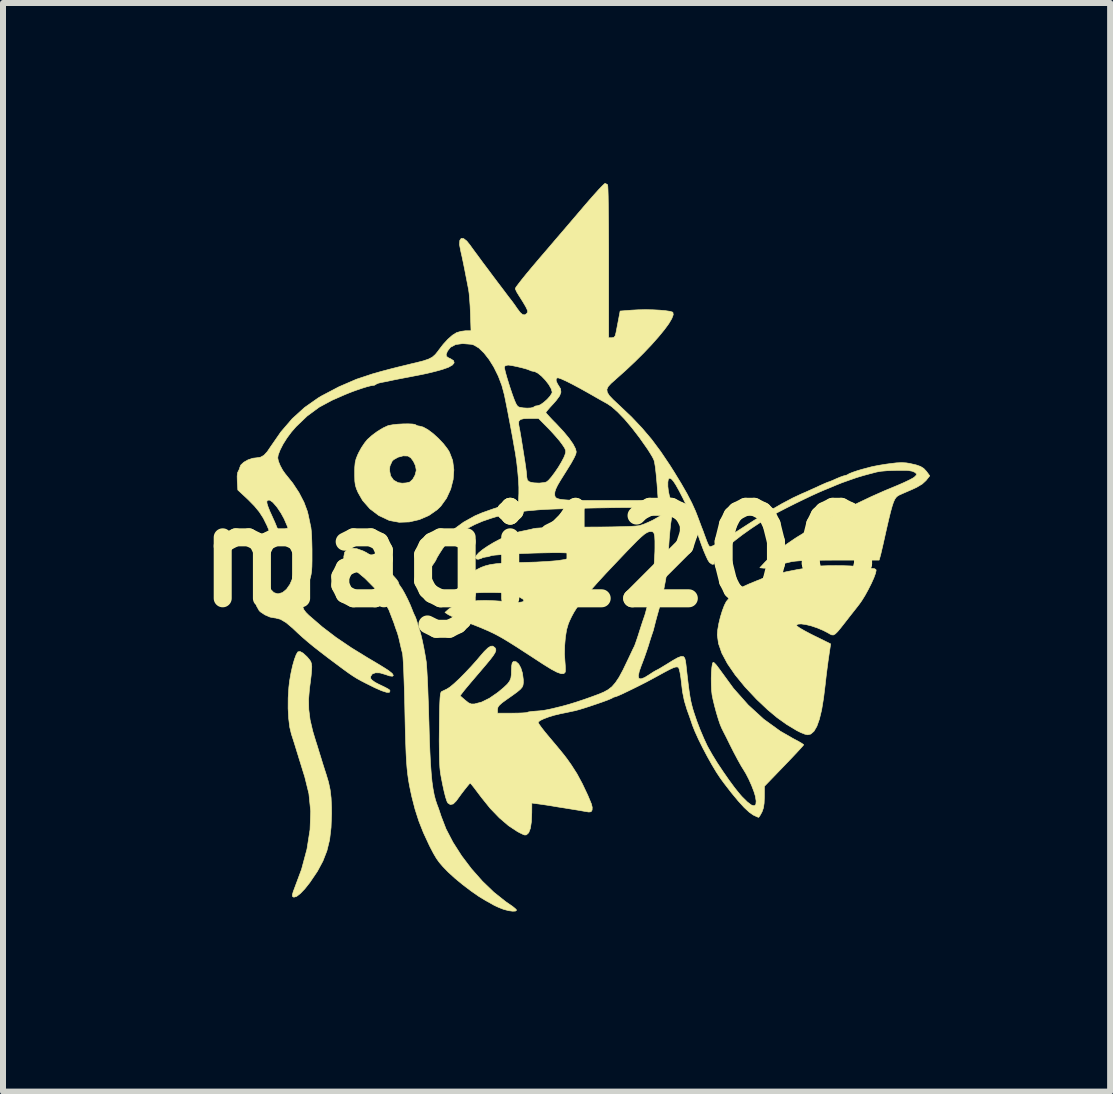
<source format=kicad_pcb>
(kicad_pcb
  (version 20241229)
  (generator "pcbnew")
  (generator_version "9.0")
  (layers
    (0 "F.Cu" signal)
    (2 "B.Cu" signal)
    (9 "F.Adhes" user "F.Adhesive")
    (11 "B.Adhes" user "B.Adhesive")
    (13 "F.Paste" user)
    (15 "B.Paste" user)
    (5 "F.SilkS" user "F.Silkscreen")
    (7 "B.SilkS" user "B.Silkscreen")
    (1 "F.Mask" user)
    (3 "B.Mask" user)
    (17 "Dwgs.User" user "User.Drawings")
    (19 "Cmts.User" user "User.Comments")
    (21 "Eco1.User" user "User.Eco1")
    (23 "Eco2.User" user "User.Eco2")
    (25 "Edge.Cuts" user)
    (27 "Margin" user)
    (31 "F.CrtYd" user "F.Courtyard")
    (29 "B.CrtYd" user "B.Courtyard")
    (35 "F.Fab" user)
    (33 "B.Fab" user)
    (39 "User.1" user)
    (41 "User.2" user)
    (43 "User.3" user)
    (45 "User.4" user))
  (footprint "magi1200"
    (layer "F.Cu")
    (at 5.958 6.228)
    (property "Reference" "magi1200" (at 0 0 0) (layer "F.SilkS") (effects (font (size 1.524 1.524) (thickness 0.3))))
    (attr through_hole)
    (fp_poly (pts (xy -3.959 1.603) (xy -3.892 1.665) (xy -3.875 1.685) (xy -3.849 1.716) (xy -3.83 1.746) (xy -3.819 1.781) (xy -3.814 1.827) (xy -3.817 1.892) (xy -3.825 1.982) (xy -3.84 2.103) (xy -3.852 2.191) (xy -3.867 2.371) (xy -3.864 2.541) (xy -3.842 2.715) (xy -3.798 2.903) (xy -3.751 3.059) (xy -3.723 3.146) (xy -3.691 3.251) (xy -3.662 3.344) (xy -3.632 3.442) (xy -3.6 3.543) (xy -3.574 3.623) (xy -3.535 3.753) (xy -3.508 3.88) (xy -3.492 4.015) (xy -3.485 4.173) (xy -3.484 4.276) (xy -3.493 4.51) (xy -3.517 4.713) (xy -3.562 4.896) (xy -3.629 5.068) (xy -3.721 5.239) (xy -3.843 5.419) (xy -3.846 5.424) (xy -3.931 5.531) (xy -4.006 5.609) (xy -4.067 5.656) (xy -4.113 5.669) (xy -4.137 5.654) (xy -4.136 5.624) (xy -4.122 5.573) (xy -4.114 5.553) (xy -3.984 5.204) (xy -3.894 4.868) (xy -3.843 4.545) (xy -3.832 4.237) (xy -3.862 3.943) (xy -3.931 3.663) (xy -3.938 3.641) (xy -3.951 3.6) (xy -3.973 3.529) (xy -4.001 3.438) (xy -4.033 3.336) (xy -4.033 3.334) (xy -4.068 3.222) (xy -4.102 3.111) (xy -4.133 3.014) (xy -4.153 2.953) (xy -4.181 2.837) (xy -4.199 2.69) (xy -4.208 2.524) (xy -4.207 2.348) (xy -4.196 2.173) (xy -4.183 2.063) (xy -4.16 1.933) (xy -4.133 1.811) (xy -4.103 1.707) (xy -4.073 1.627) (xy -4.046 1.582) (xy -4.046 1.582) (xy -4.011 1.575) (xy -3.959 1.603)) (stroke (width 0.01) (type solid)) (fill yes) (layer "F.SilkS"))
    (fp_poly (pts (xy -2.137 -2.214) (xy -2.095 -2.207) (xy -2.089 -2.203) (xy -2.05 -2.184) (xy -2.022 -2.18) (xy -1.96 -2.164) (xy -1.88 -2.12) (xy -1.792 -2.054) (xy -1.703 -1.973) (xy -1.62 -1.885) (xy -1.55 -1.794) (xy -1.521 -1.746) (xy -1.467 -1.606) (xy -1.447 -1.451) (xy -1.459 -1.289) (xy -1.5 -1.129) (xy -1.569 -0.978) (xy -1.664 -0.846) (xy -1.722 -0.789) (xy -1.862 -0.691) (xy -2.021 -0.622) (xy -2.189 -0.583) (xy -2.358 -0.577) (xy -2.516 -0.606) (xy -2.53 -0.611) (xy -2.697 -0.689) (xy -2.845 -0.801) (xy -2.967 -0.94) (xy -3.041 -1.069) (xy -3.07 -1.136) (xy -3.088 -1.196) (xy -3.097 -1.263) (xy -3.099 -1.352) (xy -3.099 -1.397) (xy -3.099 -1.445) (xy -2.519 -1.445) (xy -2.501 -1.35) (xy -2.451 -1.279) (xy -2.375 -1.237) (xy -2.307 -1.228) (xy -2.241 -1.233) (xy -2.187 -1.246) (xy -2.179 -1.249) (xy -2.132 -1.293) (xy -2.094 -1.361) (xy -2.075 -1.434) (xy -2.074 -1.45) (xy -2.087 -1.521) (xy -2.12 -1.592) (xy -2.164 -1.651) (xy -2.212 -1.681) (xy -2.212 -1.681) (xy -2.291 -1.684) (xy -2.377 -1.661) (xy -2.45 -1.62) (xy -2.475 -1.595) (xy -2.512 -1.514) (xy -2.519 -1.445) (xy -3.099 -1.445) (xy -3.098 -1.497) (xy -3.091 -1.57) (xy -3.077 -1.63) (xy -3.052 -1.694) (xy -3.032 -1.737) (xy -2.986 -1.821) (xy -2.931 -1.902) (xy -2.887 -1.956) (xy -2.809 -2.026) (xy -2.718 -2.093) (xy -2.625 -2.149) (xy -2.545 -2.186) (xy -2.529 -2.19) (xy -2.464 -2.202) (xy -2.382 -2.211) (xy -2.292 -2.216) (xy -2.207 -2.217) (xy -2.137 -2.214)) (stroke (width 0.01) (type solid)) (fill yes) (layer "F.SilkS"))
    (fp_poly (pts (xy 5.04 0.146) (xy 5.155 0.15) (xy 5.251 0.156) (xy 5.319 0.164) (xy 5.334 0.168) (xy 5.406 0.183) (xy 5.486 0.19) (xy 5.498 0.191) (xy 5.557 0.195) (xy 5.584 0.209) (xy 5.588 0.225) (xy 5.577 0.275) (xy 5.549 0.351) (xy 5.507 0.444) (xy 5.456 0.545) (xy 5.402 0.643) (xy 5.348 0.73) (xy 5.307 0.788) (xy 5.24 0.874) (xy 5.161 0.974) (xy 5.087 1.069) (xy 5.074 1.086) (xy 5 1.18) (xy 4.947 1.244) (xy 4.907 1.283) (xy 4.877 1.3) (xy 4.849 1.299) (xy 4.818 1.285) (xy 4.801 1.274) (xy 4.71 1.226) (xy 4.611 1.184) (xy 4.511 1.15) (xy 4.418 1.127) (xy 4.339 1.116) (xy 4.284 1.12) (xy 4.26 1.138) (xy 4.275 1.156) (xy 4.323 1.189) (xy 4.4 1.233) (xy 4.5 1.286) (xy 4.54 1.306) (xy 4.83 1.449) (xy 4.819 1.524) (xy 4.81 1.582) (xy 4.798 1.665) (xy 4.785 1.754) (xy 4.785 1.757) (xy 4.772 1.855) (xy 4.757 1.973) (xy 4.744 2.089) (xy 4.741 2.117) (xy 4.712 2.353) (xy 4.68 2.549) (xy 4.642 2.705) (xy 4.6 2.823) (xy 4.552 2.905) (xy 4.499 2.951) (xy 4.447 2.963) (xy 4.4 2.953) (xy 4.333 2.926) (xy 4.265 2.892) (xy 4.096 2.79) (xy 3.939 2.678) (xy 3.782 2.547) (xy 3.615 2.389) (xy 3.597 2.372) (xy 3.402 2.164) (xy 3.24 1.966) (xy 3.111 1.778) (xy 3.018 1.604) (xy 2.962 1.444) (xy 2.942 1.3) (xy 2.942 1.298) (xy 2.949 1.213) (xy 2.967 1.11) (xy 2.993 1.002) (xy 3.025 0.898) (xy 3.059 0.808) (xy 3.092 0.743) (xy 3.111 0.72) (xy 3.131 0.697) (xy 3.164 0.656) (xy 3.169 0.65) (xy 3.205 0.607) (xy 3.248 0.57) (xy 3.302 0.533) (xy 3.374 0.494) (xy 3.471 0.45) (xy 3.598 0.398) (xy 3.694 0.359) (xy 3.803 0.322) (xy 3.94 0.283) (xy 4.093 0.247) (xy 4.246 0.217) (xy 4.265 0.213) (xy 4.359 0.197) (xy 4.453 0.179) (xy 4.516 0.166) (xy 4.581 0.157) (xy 4.676 0.15) (xy 4.79 0.146) (xy 4.915 0.145) (xy 5.04 0.146)) (stroke (width 0.01) (type solid)) (fill yes) (layer "F.SilkS"))
    (fp_poly (pts (xy -3.063 -0.137) (xy -2.953 -0.097) (xy -2.902 -0.071) (xy -2.843 -0.033) (xy -2.769 0.024) (xy -2.687 0.093) (xy -2.603 0.169) (xy -2.523 0.245) (xy -2.454 0.316) (xy -2.402 0.375) (xy -2.374 0.416) (xy -2.371 0.427) (xy -2.358 0.462) (xy -2.342 0.485) (xy -2.308 0.534) (xy -2.265 0.61) (xy -2.219 0.7) (xy -2.177 0.791) (xy -2.15 0.857) (xy -2.125 0.921) (xy -2.104 0.969) (xy -2.096 0.984) (xy -2.082 1.016) (xy -2.063 1.072) (xy -2.055 1.101) (xy -2.034 1.171) (xy -2.014 1.233) (xy -2.009 1.249) (xy -1.992 1.31) (xy -1.971 1.401) (xy -1.948 1.512) (xy -1.926 1.632) (xy -1.907 1.746) (xy -1.902 1.8) (xy -1.896 1.891) (xy -1.889 2.013) (xy -1.882 2.161) (xy -1.876 2.329) (xy -1.869 2.511) (xy -1.864 2.703) (xy -1.862 2.752) (xy -1.855 3.018) (xy -1.846 3.246) (xy -1.836 3.441) (xy -1.824 3.605) (xy -1.811 3.744) (xy -1.794 3.862) (xy -1.775 3.963) (xy -1.752 4.052) (xy -1.725 4.131) (xy -1.714 4.159) (xy -1.698 4.203) (xy -1.676 4.269) (xy -1.66 4.318) (xy -1.578 4.531) (xy -1.462 4.754) (xy -1.319 4.978) (xy -1.154 5.196) (xy -0.973 5.401) (xy -0.781 5.586) (xy -0.585 5.742) (xy -0.533 5.778) (xy -0.469 5.822) (xy -0.423 5.86) (xy -0.402 5.883) (xy -0.402 5.885) (xy -0.421 5.9) (xy -0.469 5.902) (xy -0.536 5.893) (xy -0.611 5.873) (xy -0.635 5.865) (xy -0.705 5.837) (xy -0.767 5.808) (xy -0.783 5.8) (xy -0.837 5.769) (xy -0.902 5.733) (xy -0.915 5.726) (xy -1.029 5.657) (xy -1.16 5.566) (xy -1.297 5.462) (xy -1.428 5.354) (xy -1.541 5.251) (xy -1.554 5.238) (xy -1.629 5.16) (xy -1.687 5.093) (xy -1.736 5.025) (xy -1.784 4.944) (xy -1.839 4.839) (xy -1.857 4.803) (xy -1.954 4.594) (xy -2.031 4.399) (xy -2.094 4.202) (xy -2.146 4) (xy -2.168 3.899) (xy -2.187 3.806) (xy -2.203 3.714) (xy -2.216 3.62) (xy -2.227 3.518) (xy -2.236 3.403) (xy -2.243 3.269) (xy -2.249 3.112) (xy -2.255 2.925) (xy -2.26 2.705) (xy -2.263 2.561) (xy -2.267 2.369) (xy -2.272 2.189) (xy -2.278 2.024) (xy -2.283 1.879) (xy -2.289 1.76) (xy -2.295 1.672) (xy -2.3 1.619) (xy -2.302 1.609) (xy -2.319 1.544) (xy -2.338 1.462) (xy -2.348 1.418) (xy -2.365 1.345) (xy -2.382 1.284) (xy -2.39 1.259) (xy -2.406 1.216) (xy -2.429 1.15) (xy -2.445 1.101) (xy -2.528 0.885) (xy -2.632 0.695) (xy -2.763 0.523) (xy -2.925 0.359) (xy -3.057 0.249) (xy -3.147 0.178) (xy -3.209 0.127) (xy -3.248 0.09) (xy -3.269 0.062) (xy -3.278 0.036) (xy -3.28 0.006) (xy -3.281 -0.001) (xy -3.266 -0.078) (xy -3.222 -0.127) (xy -3.154 -0.147) (xy -3.063 -0.137)) (stroke (width 0.01) (type solid)) (fill yes) (layer "F.SilkS"))
    (fp_poly (pts (xy 1.106 -6.207) (xy 1.115 -6.197) (xy 1.118 -6.171) (xy 1.121 -6.107) (xy 1.124 -6.008) (xy 1.126 -5.879) (xy 1.128 -5.722) (xy 1.13 -5.541) (xy 1.131 -5.341) (xy 1.132 -5.125) (xy 1.132 -4.911) (xy 1.132 -3.651) (xy 1.185 -3.651) (xy 1.22 -3.658) (xy 1.241 -3.685) (xy 1.254 -3.736) (xy 1.267 -3.803) (xy 1.284 -3.891) (xy 1.297 -3.958) (xy 1.323 -4.096) (xy 1.514 -4.111) (xy 1.626 -4.117) (xy 1.747 -4.119) (xy 1.868 -4.117) (xy 1.982 -4.111) (xy 2.08 -4.102) (xy 2.155 -4.091) (xy 2.197 -4.078) (xy 2.202 -4.074) (xy 2.208 -4.035) (xy 2.184 -3.971) (xy 2.134 -3.886) (xy 2.059 -3.784) (xy 1.962 -3.666) (xy 1.847 -3.536) (xy 1.716 -3.398) (xy 1.571 -3.254) (xy 1.415 -3.107) (xy 1.251 -2.961) (xy 1.244 -2.954) (xy 1.171 -2.89) (xy 1.123 -2.837) (xy 1.102 -2.79) (xy 1.109 -2.742) (xy 1.143 -2.687) (xy 1.208 -2.619) (xy 1.303 -2.53) (xy 1.318 -2.516) (xy 1.514 -2.33) (xy 1.687 -2.147) (xy 1.846 -1.96) (xy 1.998 -1.756) (xy 2.152 -1.527) (xy 2.221 -1.418) (xy 2.341 -1.221) (xy 2.439 -1.05) (xy 2.517 -0.899) (xy 2.579 -0.762) (xy 2.613 -0.675) (xy 2.643 -0.595) (xy 2.669 -0.525) (xy 2.686 -0.48) (xy 2.688 -0.476) (xy 2.707 -0.427) (xy 2.729 -0.365) (xy 2.731 -0.36) (xy 2.767 -0.263) (xy 2.793 -0.202) (xy 2.813 -0.173) (xy 2.821 -0.169) (xy 2.86 -0.182) (xy 2.931 -0.217) (xy 3.03 -0.275) (xy 3.155 -0.352) (xy 3.281 -0.433) (xy 3.556 -0.61) (xy 3.8 -0.76) (xy 4.014 -0.884) (xy 4.201 -0.983) (xy 4.351 -1.053) (xy 4.424 -1.084) (xy 4.516 -1.126) (xy 4.61 -1.168) (xy 4.621 -1.174) (xy 4.696 -1.208) (xy 4.756 -1.234) (xy 4.791 -1.248) (xy 4.796 -1.249) (xy 4.82 -1.257) (xy 4.87 -1.278) (xy 4.923 -1.302) (xy 4.99 -1.33) (xy 5.043 -1.349) (xy 5.067 -1.355) (xy 5.103 -1.365) (xy 5.109 -1.369) (xy 5.14 -1.387) (xy 5.2 -1.411) (xy 5.277 -1.437) (xy 5.355 -1.46) (xy 5.427 -1.479) (xy 5.506 -1.5) (xy 5.514 -1.502) (xy 5.572 -1.514) (xy 5.658 -1.53) (xy 5.758 -1.546) (xy 5.81 -1.553) (xy 5.925 -1.567) (xy 6.013 -1.571) (xy 6.088 -1.567) (xy 6.149 -1.557) (xy 6.254 -1.533) (xy 6.328 -1.507) (xy 6.381 -1.474) (xy 6.424 -1.428) (xy 6.431 -1.419) (xy 6.481 -1.351) (xy 6.419 -1.273) (xy 6.356 -1.215) (xy 6.264 -1.16) (xy 6.189 -1.125) (xy 6.106 -1.089) (xy 6.032 -1.057) (xy 5.981 -1.034) (xy 5.972 -1.03) (xy 5.945 -1.014) (xy 5.921 -0.992) (xy 5.898 -0.958) (xy 5.876 -0.909) (xy 5.853 -0.839) (xy 5.827 -0.745) (xy 5.797 -0.622) (xy 5.761 -0.466) (xy 5.728 -0.318) (xy 5.705 -0.215) (xy 5.683 -0.121) (xy 5.666 -0.048) (xy 5.656 -0.011) (xy 5.638 0.053) (xy 4.962 0.053) (xy 4.746 0.054) (xy 4.568 0.056) (xy 4.426 0.059) (xy 4.316 0.064) (xy 4.235 0.071) (xy 4.178 0.079) (xy 4.17 0.081) (xy 4.039 0.113) (xy 3.942 0.138) (xy 3.872 0.159) (xy 3.828 0.173) (xy 3.763 0.187) (xy 3.712 0.187) (xy 3.651 0.18) (xy 3.744 0.079) (xy 3.833 -0.007) (xy 3.951 -0.105) (xy 4.087 -0.206) (xy 4.232 -0.305) (xy 4.271 -0.33) (xy 4.345 -0.375) (xy 4.41 -0.416) (xy 4.453 -0.444) (xy 4.454 -0.445) (xy 4.627 -0.55) (xy 4.829 -0.664) (xy 5.05 -0.781) (xy 5.28 -0.896) (xy 5.509 -1.005) (xy 5.725 -1.101) (xy 5.834 -1.146) (xy 5.949 -1.194) (xy 6.054 -1.24) (xy 6.14 -1.281) (xy 6.2 -1.313) (xy 6.223 -1.328) (xy 6.257 -1.362) (xy 6.262 -1.382) (xy 6.239 -1.404) (xy 6.235 -1.408) (xy 6.189 -1.428) (xy 6.122 -1.44) (xy 6.097 -1.441) (xy 5.924 -1.441) (xy 5.779 -1.437) (xy 5.666 -1.427) (xy 5.599 -1.415) (xy 5.476 -1.383) (xy 5.383 -1.358) (xy 5.309 -1.336) (xy 5.26 -1.321) (xy 5.131 -1.276) (xy 5.016 -1.235) (xy 4.929 -1.2) (xy 4.921 -1.197) (xy 4.87 -1.175) (xy 4.795 -1.144) (xy 4.712 -1.11) (xy 4.71 -1.109) (xy 4.624 -1.072) (xy 4.51 -1.02) (xy 4.378 -0.957) (xy 4.238 -0.889) (xy 4.099 -0.819) (xy 3.971 -0.753) (xy 3.863 -0.696) (xy 3.799 -0.661) (xy 3.649 -0.568) (xy 3.501 -0.47) (xy 3.359 -0.369) (xy 3.229 -0.269) (xy 3.115 -0.173) (xy 3.021 -0.086) (xy 2.951 -0.01) (xy 2.909 0.05) (xy 2.9 0.083) (xy 2.887 0.119) (xy 2.856 0.123) (xy 2.813 0.094) (xy 2.809 0.089) (xy 2.784 0.05) (xy 2.752 -0.018) (xy 2.714 -0.107) (xy 2.677 -0.205) (xy 2.645 -0.296) (xy 2.582 -0.479) (xy 2.51 -0.667) (xy 2.434 -0.845) (xy 2.367 -0.984) (xy 2.302 -1.109) (xy 2.251 -1.2) (xy 2.211 -1.261) (xy 2.179 -1.297) (xy 2.153 -1.311) (xy 2.144 -1.312) (xy 2.126 -1.294) (xy 2.118 -1.245) (xy 2.118 -1.175) (xy 2.127 -1.097) (xy 2.143 -1.02) (xy 2.166 -0.954) (xy 2.178 -0.93) (xy 2.208 -0.865) (xy 2.221 -0.801) (xy 2.218 -0.751) (xy 2.205 -0.732) (xy 2.192 -0.705) (xy 2.179 -0.642) (xy 2.165 -0.549) (xy 2.153 -0.434) (xy 2.141 -0.303) (xy 2.132 -0.163) (xy 2.128 -0.074) (xy 2.122 0.046) (xy 2.113 0.154) (xy 2.1 0.262) (xy 2.081 0.381) (xy 2.054 0.523) (xy 2.033 0.624) (xy 2.019 0.683) (xy 1.998 0.767) (xy 1.972 0.864) (xy 1.959 0.91) (xy 1.933 1.003) (xy 1.911 1.085) (xy 1.896 1.145) (xy 1.891 1.164) (xy 1.876 1.224) (xy 1.864 1.259) (xy 1.85 1.3) (xy 1.828 1.367) (xy 1.803 1.448) (xy 1.8 1.46) (xy 1.767 1.56) (xy 1.727 1.675) (xy 1.686 1.784) (xy 1.681 1.795) (xy 1.642 1.905) (xy 1.626 1.981) (xy 1.635 2.023) (xy 1.669 2.032) (xy 1.73 2.01) (xy 1.814 1.958) (xy 1.873 1.919) (xy 1.918 1.893) (xy 1.936 1.884) (xy 1.958 1.873) (xy 2.006 1.845) (xy 2.071 1.805) (xy 2.09 1.794) (xy 2.201 1.725) (xy 2.283 1.679) (xy 2.339 1.658) (xy 2.377 1.66) (xy 2.399 1.685) (xy 2.412 1.734) (xy 2.42 1.792) (xy 2.44 1.971) (xy 2.457 2.114) (xy 2.472 2.229) (xy 2.486 2.322) (xy 2.5 2.399) (xy 2.516 2.467) (xy 2.534 2.534) (xy 2.554 2.598) (xy 2.599 2.731) (xy 2.655 2.877) (xy 2.715 3.019) (xy 2.772 3.142) (xy 2.789 3.174) (xy 2.858 3.296) (xy 2.943 3.434) (xy 3.039 3.578) (xy 3.137 3.719) (xy 3.232 3.848) (xy 3.317 3.953) (xy 3.354 3.995) (xy 3.442 4.082) (xy 3.509 4.133) (xy 3.557 4.147) (xy 3.584 4.125) (xy 3.589 4.067) (xy 3.576 3.986) (xy 3.552 3.908) (xy 3.514 3.809) (xy 3.467 3.704) (xy 3.419 3.611) (xy 3.386 3.556) (xy 3.34 3.482) (xy 3.281 3.376) (xy 3.212 3.246) (xy 3.138 3.099) (xy 3.134 3.09) (xy 3.092 3.005) (xy 3.053 2.929) (xy 3.025 2.873) (xy 3.017 2.857) (xy 2.991 2.796) (xy 2.96 2.705) (xy 2.927 2.596) (xy 2.896 2.481) (xy 2.87 2.373) (xy 2.855 2.299) (xy 2.846 2.219) (xy 2.842 2.123) (xy 2.841 2.021) (xy 2.844 1.924) (xy 2.851 1.84) (xy 2.861 1.78) (xy 2.871 1.756) (xy 2.891 1.764) (xy 2.926 1.801) (xy 2.971 1.861) (xy 2.982 1.876) (xy 3.212 2.191) (xy 3.457 2.467) (xy 3.716 2.704) (xy 3.991 2.903) (xy 4.207 3.027) (xy 4.283 3.067) (xy 4.342 3.101) (xy 4.376 3.124) (xy 4.381 3.13) (xy 4.367 3.148) (xy 4.327 3.193) (xy 4.267 3.258) (xy 4.189 3.341) (xy 4.099 3.435) (xy 4.054 3.482) (xy 3.727 3.821) (xy 3.726 3.996) (xy 3.722 4.103) (xy 3.71 4.182) (xy 3.688 4.245) (xy 3.683 4.255) (xy 3.655 4.306) (xy 3.634 4.336) (xy 3.629 4.339) (xy 3.605 4.33) (xy 3.558 4.308) (xy 3.539 4.299) (xy 3.474 4.253) (xy 3.389 4.174) (xy 3.29 4.065) (xy 3.178 3.93) (xy 3.056 3.772) (xy 2.995 3.689) (xy 2.928 3.588) (xy 2.853 3.463) (xy 2.775 3.324) (xy 2.698 3.178) (xy 2.628 3.037) (xy 2.57 2.909) (xy 2.528 2.804) (xy 2.518 2.773) (xy 2.503 2.729) (xy 2.479 2.659) (xy 2.448 2.574) (xy 2.436 2.54) (xy 2.393 2.398) (xy 2.362 2.245) (xy 2.347 2.117) (xy 2.335 2.014) (xy 2.321 1.928) (xy 2.306 1.867) (xy 2.296 1.844) (xy 2.278 1.833) (xy 2.252 1.833) (xy 2.21 1.846) (xy 2.149 1.874) (xy 2.062 1.92) (xy 1.947 1.983) (xy 1.857 2.032) (xy 1.754 2.087) (xy 1.644 2.143) (xy 1.535 2.197) (xy 1.434 2.246) (xy 1.348 2.287) (xy 1.284 2.315) (xy 1.249 2.328) (xy 1.246 2.328) (xy 1.204 2.341) (xy 1.195 2.349) (xy 1.168 2.362) (xy 1.11 2.386) (xy 1.028 2.416) (xy 0.933 2.449) (xy 0.832 2.483) (xy 0.734 2.515) (xy 0.649 2.541) (xy 0.584 2.559) (xy 0.572 2.562) (xy 0.514 2.574) (xy 0.432 2.592) (xy 0.342 2.61) (xy 0.332 2.612) (xy 0.231 2.636) (xy 0.135 2.665) (xy 0.052 2.696) (xy -0.009 2.725) (xy -0.04 2.75) (xy -0.042 2.756) (xy -0.029 2.784) (xy 0.01 2.839) (xy 0.07 2.916) (xy 0.149 3.011) (xy 0.162 3.026) (xy 0.257 3.139) (xy 0.33 3.227) (xy 0.389 3.3) (xy 0.438 3.364) (xy 0.484 3.429) (xy 0.506 3.46) (xy 0.603 3.611) (xy 0.693 3.778) (xy 0.784 3.97) (xy 0.844 4.114) (xy 0.858 4.171) (xy 0.856 4.217) (xy 0.838 4.245) (xy 0.802 4.25) (xy 0.776 4.246) (xy 0.717 4.236) (xy 0.638 4.222) (xy 0.582 4.213) (xy 0.502 4.2) (xy 0.398 4.183) (xy 0.289 4.166) (xy 0.254 4.16) (xy 0.153 4.143) (xy 0.054 4.128) (xy -0.025 4.117) (xy -0.048 4.114) (xy -0.148 4.1) (xy -0.149 4.257) (xy -0.155 4.409) (xy -0.172 4.521) (xy -0.2 4.595) (xy -0.238 4.63) (xy -0.265 4.633) (xy -0.294 4.623) (xy -0.346 4.598) (xy -0.389 4.575) (xy -0.536 4.478) (xy -0.689 4.347) (xy -0.842 4.188) (xy -0.986 4.009) (xy -1.051 3.923) (xy -1.106 3.85) (xy -1.148 3.797) (xy -1.171 3.77) (xy -1.174 3.768) (xy -1.191 3.783) (xy -1.226 3.825) (xy -1.273 3.884) (xy -1.325 3.952) (xy -1.376 4.022) (xy -1.408 4.066) (xy -1.457 4.115) (xy -1.506 4.126) (xy -1.547 4.099) (xy -1.563 4.069) (xy -1.585 4.002) (xy -1.61 3.903) (xy -1.636 3.783) (xy -1.661 3.653) (xy -1.672 3.588) (xy -1.68 3.511) (xy -1.686 3.396) (xy -1.689 3.245) (xy -1.691 3.063) (xy -1.689 2.853) (xy -1.689 2.849) (xy -1.687 2.672) (xy -1.685 2.533) (xy -1.681 2.427) (xy -1.677 2.35) (xy -1.672 2.297) (xy -1.665 2.265) (xy -1.657 2.248) (xy -1.651 2.243) (xy -1.609 2.223) (xy -1.56 2.199) (xy -1.51 2.167) (xy -1.44 2.108) (xy -1.354 2.028) (xy -1.259 1.932) (xy -1.161 1.828) (xy -1.065 1.721) (xy -1.02 1.667) (xy -0.941 1.576) (xy -0.88 1.517) (xy -0.834 1.488) (xy -0.798 1.486) (xy -0.766 1.509) (xy -0.761 1.514) (xy -0.749 1.535) (xy -0.748 1.561) (xy -0.761 1.596) (xy -0.791 1.644) (xy -0.841 1.71) (xy -0.914 1.798) (xy -1.005 1.905) (xy -1.086 2) (xy -1.162 2.089) (xy -1.226 2.165) (xy -1.272 2.221) (xy -1.288 2.241) (xy -1.343 2.313) (xy -1.259 2.386) (xy -1.202 2.431) (xy -1.156 2.45) (xy -1.105 2.45) (xy -1.1 2.449) (xy -0.983 2.418) (xy -0.854 2.354) (xy -0.722 2.263) (xy -0.705 2.25) (xy -0.616 2.176) (xy -0.556 2.119) (xy -0.518 2.069) (xy -0.497 2.019) (xy -0.489 1.96) (xy -0.488 1.899) (xy -0.484 1.816) (xy -0.475 1.767) (xy -0.458 1.745) (xy -0.455 1.743) (xy -0.41 1.746) (xy -0.367 1.784) (xy -0.331 1.85) (xy -0.304 1.937) (xy -0.291 2.037) (xy -0.29 2.051) (xy -0.29 2.099) (xy -0.295 2.137) (xy -0.31 2.171) (xy -0.34 2.206) (xy -0.39 2.248) (xy -0.465 2.303) (xy -0.566 2.374) (xy -0.642 2.429) (xy -0.688 2.47) (xy -0.712 2.502) (xy -0.719 2.535) (xy -0.72 2.543) (xy -0.72 2.603) (xy -0.48 2.603) (xy -0.383 2.602) (xy -0.303 2.599) (xy -0.247 2.595) (xy -0.227 2.59) (xy -0.2 2.582) (xy -0.144 2.574) (xy -0.08 2.569) (xy -0.015 2.564) (xy 0.046 2.557) (xy 0.113 2.545) (xy 0.196 2.527) (xy 0.305 2.5) (xy 0.37 2.484) (xy 0.471 2.456) (xy 0.594 2.418) (xy 0.726 2.374) (xy 0.856 2.328) (xy 0.969 2.286) (xy 1.05 2.252) (xy 1.123 2.212) (xy 1.187 2.162) (xy 1.246 2.094) (xy 1.306 2.004) (xy 1.371 1.883) (xy 1.42 1.781) (xy 1.468 1.681) (xy 1.509 1.594) (xy 1.541 1.526) (xy 1.561 1.487) (xy 1.563 1.482) (xy 1.576 1.448) (xy 1.598 1.385) (xy 1.625 1.304) (xy 1.639 1.259) (xy 1.667 1.171) (xy 1.692 1.094) (xy 1.71 1.041) (xy 1.715 1.027) (xy 1.734 0.972) (xy 1.746 0.931) (xy 1.761 0.873) (xy 1.78 0.806) (xy 1.78 0.804) (xy 1.826 0.607) (xy 1.863 0.383) (xy 1.889 0.147) (xy 1.902 -0.086) (xy 1.903 -0.152) (xy 1.903 -0.265) (xy 1.899 -0.342) (xy 1.889 -0.39) (xy 1.872 -0.415) (xy 1.846 -0.423) (xy 1.838 -0.423) (xy 1.805 -0.42) (xy 1.77 -0.406) (xy 1.728 -0.379) (xy 1.675 -0.334) (xy 1.606 -0.269) (xy 1.517 -0.178) (xy 1.438 -0.097) (xy 1.251 0.1) (xy 1.09 0.27) (xy 0.954 0.418) (xy 0.841 0.545) (xy 0.747 0.655) (xy 0.67 0.752) (xy 0.607 0.838) (xy 0.556 0.918) (xy 0.515 0.993) (xy 0.479 1.069) (xy 0.459 1.118) (xy 0.431 1.214) (xy 0.411 1.339) (xy 0.399 1.479) (xy 0.396 1.62) (xy 0.403 1.729) (xy 0.409 1.81) (xy 0.411 1.877) (xy 0.409 1.917) (xy 0.408 1.92) (xy 0.385 1.944) (xy 0.34 1.945) (xy 0.272 1.921) (xy 0.177 1.871) (xy 0.054 1.795) (xy 0.032 1.781) (xy -0.141 1.668) (xy -0.283 1.576) (xy -0.398 1.501) (xy -0.492 1.442) (xy -0.568 1.395) (xy -0.631 1.357) (xy -0.686 1.326) (xy -0.736 1.299) (xy -0.787 1.273) (xy -0.793 1.27) (xy -0.883 1.228) (xy -0.997 1.179) (xy -1.12 1.13) (xy -1.226 1.09) (xy -1.329 1.052) (xy -1.422 1.015) (xy -1.495 0.984) (xy -1.539 0.962) (xy -1.542 0.96) (xy -1.595 0.925) (xy -1.531 0.868) (xy -1.46 0.823) (xy -1.37 0.79) (xy -1.352 0.785) (xy -1.262 0.766) (xy -1.166 0.745) (xy -1.132 0.738) (xy -1.045 0.728) (xy -0.92 0.725) (xy -0.759 0.731) (xy -0.568 0.744) (xy -0.47 0.753) (xy -0.367 0.758) (xy -0.303 0.749) (xy -0.279 0.73) (xy -0.296 0.703) (xy -0.353 0.67) (xy -0.441 0.638) (xy -0.514 0.617) (xy -0.588 0.604) (xy -0.674 0.596) (xy -0.786 0.593) (xy -0.865 0.593) (xy -0.972 0.594) (xy -1.066 0.598) (xy -1.138 0.603) (xy -1.178 0.61) (xy -1.181 0.611) (xy -1.223 0.624) (xy -1.288 0.638) (xy -1.32 0.643) (xy -1.423 0.656) (xy -1.409 0.6) (xy -1.368 0.505) (xy -1.296 0.405) (xy -1.203 0.31) (xy -1.096 0.23) (xy -1.058 0.207) (xy -0.991 0.174) (xy -0.92 0.148) (xy -0.841 0.128) (xy -0.745 0.114) (xy -0.626 0.104) (xy -0.478 0.097) (xy -0.318 0.093) (xy -0.078 0.086) (xy 0.121 0.075) (xy 0.279 0.062) (xy 0.397 0.044) (xy 0.477 0.023) (xy 0.518 -0.002) (xy 0.523 -0.031) (xy 0.51 -0.049) (xy 0.478 -0.061) (xy 0.409 -0.068) (xy 0.302 -0.071) (xy 0.227 -0.071) (xy 0.058 -0.068) (xy -0.111 -0.064) (xy -0.275 -0.058) (xy -0.428 -0.052) (xy -0.564 -0.045) (xy -0.679 -0.037) (xy -0.765 -0.03) (xy -0.817 -0.023) (xy -0.829 -0.019) (xy -0.881 -0.003) (xy -0.909 0) (xy -0.964 0.011) (xy -0.992 0.025) (xy -1.039 0.039) (xy -1.067 0.036) (xy -1.087 0.013) (xy -1.073 -0.023) (xy -1.031 -0.07) (xy -0.965 -0.124) (xy -0.881 -0.181) (xy -0.783 -0.24) (xy -0.677 -0.296) (xy -0.568 -0.346) (xy -0.461 -0.388) (xy -0.361 -0.418) (xy -0.321 -0.427) (xy -0.237 -0.444) (xy -0.156 -0.462) (xy -0.121 -0.471) (xy -0.076 -0.478) (xy 0.009 -0.484) (xy 0.132 -0.488) (xy 0.289 -0.492) (xy 0.478 -0.495) (xy 0.698 -0.496) (xy 0.758 -0.497) (xy 0.982 -0.498) (xy 1.179 -0.5) (xy 1.346 -0.504) (xy 1.48 -0.508) (xy 1.578 -0.514) (xy 1.637 -0.52) (xy 1.647 -0.522) (xy 1.715 -0.544) (xy 1.799 -0.58) (xy 1.869 -0.613) (xy 1.977 -0.674) (xy 2.045 -0.724) (xy 2.073 -0.763) (xy 2.063 -0.793) (xy 2.013 -0.813) (xy 1.996 -0.817) (xy 1.954 -0.821) (xy 1.875 -0.823) (xy 1.764 -0.824) (xy 1.627 -0.824) (xy 1.469 -0.823) (xy 1.296 -0.822) (xy 1.113 -0.819) (xy 0.925 -0.816) (xy 0.738 -0.812) (xy 0.557 -0.808) (xy 0.388 -0.803) (xy 0.235 -0.798) (xy 0.104 -0.793) (xy 0.001 -0.787) (xy -0.042 -0.784) (xy -0.221 -0.768) (xy -0.37 -0.75) (xy -0.498 -0.73) (xy -0.618 -0.704) (xy -0.74 -0.67) (xy -0.826 -0.644) (xy -0.969 -0.595) (xy -1.097 -0.54) (xy -1.226 -0.473) (xy -1.368 -0.387) (xy -1.404 -0.364) (xy -1.499 -0.296) (xy -1.572 -0.223) (xy -1.64 -0.13) (xy -1.642 -0.126) (xy -1.686 -0.058) (xy -1.718 -0.005) (xy -1.735 0.025) (xy -1.736 0.028) (xy -1.748 0.056) (xy -1.778 0.103) (xy -1.818 0.159) (xy -1.859 0.212) (xy -1.894 0.251) (xy -1.912 0.265) (xy -1.929 0.254) (xy -1.927 0.219) (xy -1.907 0.156) (xy -1.867 0.062) (xy -1.843 0.011) (xy -1.748 -0.149) (xy -1.619 -0.305) (xy -1.462 -0.45) (xy -1.285 -0.579) (xy -1.096 -0.684) (xy -0.974 -0.736) (xy -0.788 -0.802) (xy -0.608 -0.858) (xy -0.508 -0.886) (xy -0.37 -0.922) (xy -0.364 -1.059) (xy -0.364 -1.16) (xy -0.371 -1.291) (xy -0.384 -1.437) (xy -0.401 -1.588) (xy -0.422 -1.729) (xy -0.425 -1.746) (xy -0.442 -1.84) (xy -0.459 -1.938) (xy -0.467 -1.984) (xy -0.502 -2.172) (xy -0.51 -2.215) (xy -0.368 -2.215) (xy -0.36 -2.169) (xy -0.347 -2.103) (xy -0.332 -2.016) (xy -0.319 -1.937) (xy -0.304 -1.844) (xy -0.286 -1.731) (xy -0.268 -1.618) (xy -0.264 -1.593) (xy -0.25 -1.498) (xy -0.239 -1.413) (xy -0.233 -1.35) (xy -0.233 -1.333) (xy -0.222 -1.278) (xy -0.185 -1.249) (xy -0.114 -1.234) (xy -0.025 -1.23) (xy 0.06 -1.239) (xy 0.094 -1.248) (xy 0.13 -1.276) (xy 0.179 -1.332) (xy 0.235 -1.407) (xy 0.293 -1.492) (xy 0.345 -1.579) (xy 0.386 -1.657) (xy 0.402 -1.696) (xy 0.416 -1.741) (xy 0.415 -1.776) (xy 0.397 -1.817) (xy 0.358 -1.875) (xy 0.312 -1.936) (xy 0.246 -2.013) (xy 0.171 -2.096) (xy 0.126 -2.143) (xy -0.036 -2.307) (xy -0.185 -2.307) (xy -0.279 -2.304) (xy -0.336 -2.29) (xy -0.364 -2.262) (xy -0.368 -2.215) (xy -0.51 -2.215) (xy -0.543 -2.387) (xy -0.546 -2.405) (xy 0.085 -2.405) (xy 0.099 -2.386) (xy 0.137 -2.344) (xy 0.194 -2.283) (xy 0.265 -2.211) (xy 0.276 -2.199) (xy 0.383 -2.084) (xy 0.472 -1.976) (xy 0.539 -1.88) (xy 0.58 -1.801) (xy 0.592 -1.75) (xy 0.584 -1.711) (xy 0.556 -1.65) (xy 0.508 -1.563) (xy 0.437 -1.448) (xy 0.397 -1.384) (xy 0.328 -1.274) (xy 0.28 -1.192) (xy 0.251 -1.131) (xy 0.236 -1.084) (xy 0.233 -1.051) (xy 0.234 -1.026) (xy 0.24 -1.004) (xy 0.253 -0.986) (xy 0.279 -0.972) (xy 0.319 -0.961) (xy 0.378 -0.953) (xy 0.459 -0.947) (xy 0.566 -0.943) (xy 0.701 -0.941) (xy 0.869 -0.94) (xy 1.073 -0.94) (xy 1.27 -0.94) (xy 1.958 -0.942) (xy 1.953 -1.005) (xy 1.938 -1.213) (xy 1.923 -1.378) (xy 1.909 -1.502) (xy 1.895 -1.583) (xy 1.886 -1.615) (xy 1.863 -1.662) (xy 1.823 -1.729) (xy 1.776 -1.803) (xy 1.774 -1.805) (xy 1.646 -1.987) (xy 1.519 -2.152) (xy 1.397 -2.296) (xy 1.283 -2.414) (xy 1.183 -2.503) (xy 1.109 -2.553) (xy 1.058 -2.581) (xy 0.981 -2.624) (xy 0.889 -2.677) (xy 0.794 -2.731) (xy 0.656 -2.808) (xy 0.531 -2.875) (xy 0.426 -2.928) (xy 0.344 -2.965) (xy 0.292 -2.983) (xy 0.28 -2.984) (xy 0.258 -2.969) (xy 0.258 -2.93) (xy 0.281 -2.88) (xy 0.296 -2.857) (xy 0.33 -2.801) (xy 0.337 -2.745) (xy 0.315 -2.684) (xy 0.261 -2.61) (xy 0.212 -2.554) (xy 0.155 -2.492) (xy 0.111 -2.441) (xy 0.087 -2.411) (xy 0.085 -2.405) (xy -0.546 -2.405) (xy -0.588 -2.615) (xy -0.605 -2.699) (xy -0.647 -2.856) (xy -0.706 -3.011) (xy -0.778 -3.157) (xy -0.784 -3.168) (xy -0.605 -3.168) (xy -0.602 -3.138) (xy -0.588 -3.077) (xy -0.564 -2.991) (xy -0.532 -2.887) (xy -0.512 -2.824) (xy -0.471 -2.702) (xy -0.439 -2.615) (xy -0.414 -2.557) (xy -0.393 -2.521) (xy -0.373 -2.502) (xy -0.357 -2.495) (xy -0.294 -2.483) (xy -0.225 -2.479) (xy -0.163 -2.482) (xy -0.123 -2.492) (xy -0.116 -2.498) (xy -0.087 -2.514) (xy -0.051 -2.519) (xy -0.007 -2.534) (xy 0.049 -2.573) (xy 0.108 -2.625) (xy 0.157 -2.68) (xy 0.187 -2.729) (xy 0.191 -2.746) (xy 0.175 -2.801) (xy 0.136 -2.87) (xy 0.08 -2.943) (xy 0.016 -3.01) (xy -0.047 -3.061) (xy -0.1 -3.088) (xy -0.115 -3.09) (xy -0.162 -3.1) (xy -0.185 -3.111) (xy -0.23 -3.128) (xy -0.301 -3.148) (xy -0.384 -3.168) (xy -0.465 -3.185) (xy -0.528 -3.195) (xy -0.547 -3.196) (xy -0.589 -3.185) (xy -0.605 -3.168) (xy -0.784 -3.168) (xy -0.859 -3.288) (xy -0.944 -3.397) (xy -1.031 -3.481) (xy -1.116 -3.531) (xy -1.154 -3.542) (xy -1.301 -3.554) (xy -1.417 -3.538) (xy -1.503 -3.493) (xy -1.553 -3.429) (xy -1.575 -3.374) (xy -1.57 -3.341) (xy -1.533 -3.315) (xy -1.503 -3.302) (xy -1.452 -3.27) (xy -1.442 -3.234) (xy -1.471 -3.197) (xy -1.538 -3.159) (xy -1.64 -3.123) (xy -1.741 -3.095) (xy -1.824 -3.074) (xy -1.905 -3.055) (xy -1.995 -3.036) (xy -2.11 -3.014) (xy -2.159 -3.004) (xy -2.265 -2.984) (xy -2.364 -2.965) (xy -2.444 -2.949) (xy -2.487 -2.94) (xy -2.566 -2.923) (xy -2.645 -2.908) (xy -2.652 -2.907) (xy -2.706 -2.894) (xy -2.74 -2.879) (xy -2.743 -2.876) (xy -2.771 -2.86) (xy -2.795 -2.857) (xy -2.833 -2.851) (xy -2.899 -2.834) (xy -2.979 -2.809) (xy -2.999 -2.802) (xy -3.07 -2.778) (xy -3.131 -2.756) (xy -3.193 -2.732) (xy -3.264 -2.703) (xy -3.355 -2.663) (xy -3.474 -2.611) (xy -3.482 -2.607) (xy -3.69 -2.495) (xy -3.891 -2.347) (xy -4.076 -2.17) (xy -4.155 -2.079) (xy -4.227 -1.982) (xy -4.291 -1.881) (xy -4.341 -1.783) (xy -4.373 -1.7) (xy -4.381 -1.65) (xy -4.37 -1.595) (xy -4.34 -1.521) (xy -4.299 -1.445) (xy -4.255 -1.383) (xy -4.249 -1.376) (xy -4.131 -1.229) (xy -4.027 -1.071) (xy -3.944 -0.911) (xy -3.888 -0.761) (xy -3.873 -0.7) (xy -3.855 -0.615) (xy -3.837 -0.529) (xy -3.829 -0.493) (xy -3.823 -0.441) (xy -3.817 -0.357) (xy -3.813 -0.249) (xy -3.81 -0.129) (xy -3.81 -0.066) (xy -3.81 0.064) (xy -3.812 0.161) (xy -3.817 0.235) (xy -3.826 0.296) (xy -3.841 0.355) (xy -3.861 0.42) (xy -3.875 0.459) (xy -3.92 0.593) (xy -3.951 0.694) (xy -3.965 0.77) (xy -3.964 0.829) (xy -3.947 0.877) (xy -3.913 0.923) (xy -3.862 0.974) (xy -3.849 0.985) (xy -3.638 1.167) (xy -3.41 1.341) (xy -3.156 1.513) (xy -2.868 1.69) (xy -2.859 1.695) (xy -2.759 1.754) (xy -2.666 1.81) (xy -2.589 1.858) (xy -2.538 1.891) (xy -2.535 1.893) (xy -2.476 1.94) (xy -2.455 1.973) (xy -2.47 1.988) (xy -2.519 1.982) (xy -2.59 1.958) (xy -2.678 1.932) (xy -2.752 1.93) (xy -2.806 1.95) (xy -2.833 1.991) (xy -2.833 2.024) (xy -2.811 2.052) (xy -2.76 2.089) (xy -2.699 2.121) (xy -2.613 2.162) (xy -2.559 2.19) (xy -2.529 2.208) (xy -2.515 2.22) (xy -2.511 2.233) (xy -2.511 2.234) (xy -2.523 2.257) (xy -2.57 2.255) (xy -2.651 2.229) (xy -2.766 2.178) (xy -2.8 2.161) (xy -2.909 2.107) (xy -2.994 2.063) (xy -3.064 2.024) (xy -3.131 1.982) (xy -3.203 1.933) (xy -3.291 1.869) (xy -3.385 1.799) (xy -3.543 1.681) (xy -3.673 1.581) (xy -3.783 1.495) (xy -3.878 1.417) (xy -3.965 1.342) (xy -4.052 1.263) (xy -4.132 1.187) (xy -4.241 1.095) (xy -4.335 1.039) (xy -4.42 1.017) (xy -4.434 1.016) (xy -4.51 1.002) (xy -4.595 0.965) (xy -4.67 0.915) (xy -4.69 0.895) (xy -4.733 0.819) (xy -4.741 0.72) (xy -4.715 0.602) (xy -4.679 0.513) (xy -4.644 0.447) (xy -4.614 0.4) (xy -4.593 0.381) (xy -4.593 0.381) (xy -4.571 0.399) (xy -4.545 0.443) (xy -4.537 0.46) (xy -4.494 0.545) (xy -4.447 0.594) (xy -4.389 0.613) (xy -4.372 0.614) (xy -4.302 0.594) (xy -4.235 0.539) (xy -4.177 0.456) (xy -4.141 0.372) (xy -4.124 0.297) (xy -4.113 0.194) (xy -4.107 0.078) (xy -4.106 -0.038) (xy -4.112 -0.141) (xy -4.124 -0.216) (xy -4.126 -0.221) (xy -4.178 -0.389) (xy -4.226 -0.523) (xy -4.274 -0.634) (xy -4.326 -0.729) (xy -4.385 -0.818) (xy -4.4 -0.838) (xy -4.462 -0.909) (xy -4.512 -0.945) (xy -4.548 -0.945) (xy -4.563 -0.924) (xy -4.56 -0.892) (xy -4.541 -0.832) (xy -4.51 -0.755) (xy -4.492 -0.716) (xy -4.428 -0.574) (xy -4.383 -0.464) (xy -4.355 -0.378) (xy -4.343 -0.312) (xy -4.343 -0.271) (xy -4.355 -0.22) (xy -4.381 -0.202) (xy -4.39 -0.201) (xy -4.415 -0.212) (xy -4.441 -0.247) (xy -4.473 -0.314) (xy -4.496 -0.37) (xy -4.56 -0.523) (xy -4.621 -0.646) (xy -4.688 -0.75) (xy -4.769 -0.848) (xy -4.87 -0.951) (xy -4.907 -0.986) (xy -5.046 -1.115) (xy -5.055 -1.258) (xy -5.057 -1.347) (xy -5.049 -1.406) (xy -5.04 -1.424) (xy -5.019 -1.466) (xy -5.016 -1.482) (xy -4.997 -1.53) (xy -4.947 -1.577) (xy -4.877 -1.617) (xy -4.797 -1.644) (xy -4.734 -1.651) (xy -4.669 -1.661) (xy -4.611 -1.693) (xy -4.554 -1.755) (xy -4.507 -1.825) (xy -4.329 -2.082) (xy -4.14 -2.302) (xy -3.934 -2.489) (xy -3.708 -2.648) (xy -3.651 -2.682) (xy -3.362 -2.834) (xy -3.07 -2.96) (xy -2.799 -3.05) (xy -2.73 -3.069) (xy -2.655 -3.091) (xy -2.651 -3.092) (xy -2.586 -3.109) (xy -2.492 -3.134) (xy -2.381 -3.162) (xy -2.265 -3.19) (xy -2.156 -3.217) (xy -2.074 -3.236) (xy -1.956 -3.266) (xy -1.87 -3.295) (xy -1.806 -3.328) (xy -1.756 -3.372) (xy -1.709 -3.43) (xy -1.695 -3.45) (xy -1.625 -3.541) (xy -1.547 -3.626) (xy -1.47 -3.694) (xy -1.403 -3.736) (xy -1.4 -3.737) (xy -1.328 -3.758) (xy -1.25 -3.768) (xy -1.245 -3.768) (xy -1.161 -3.768) (xy -1.171 -4.059) (xy -1.176 -4.176) (xy -1.184 -4.288) (xy -1.192 -4.384) (xy -1.201 -4.45) (xy -1.202 -4.456) (xy -1.215 -4.521) (xy -1.233 -4.614) (xy -1.254 -4.721) (xy -1.268 -4.794) (xy -1.289 -4.897) (xy -1.309 -4.993) (xy -1.326 -5.068) (xy -1.334 -5.104) (xy -1.353 -5.204) (xy -1.348 -5.273) (xy -1.325 -5.306) (xy -1.285 -5.304) (xy -1.232 -5.263) (xy -1.177 -5.194) (xy -1.152 -5.159) (xy -1.106 -5.096) (xy -1.043 -5.011) (xy -0.969 -4.91) (xy -0.887 -4.801) (xy -0.803 -4.688) (xy -0.721 -4.579) (xy -0.645 -4.479) (xy -0.581 -4.394) (xy -0.533 -4.33) (xy -0.507 -4.297) (xy -0.47 -4.249) (xy -0.423 -4.184) (xy -0.396 -4.144) (xy -0.342 -4.072) (xy -0.3 -4.036) (xy -0.264 -4.033) (xy -0.236 -4.052) (xy -0.218 -4.076) (xy -0.219 -4.104) (xy -0.24 -4.15) (xy -0.253 -4.175) (xy -0.298 -4.251) (xy -0.349 -4.332) (xy -0.363 -4.354) (xy -0.398 -4.411) (xy -0.42 -4.458) (xy -0.423 -4.473) (xy -0.41 -4.496) (xy -0.372 -4.547) (xy -0.314 -4.622) (xy -0.238 -4.716) (xy -0.148 -4.824) (xy -0.047 -4.943) (xy -0.016 -4.98) (xy 0.11 -5.126) (xy 0.247 -5.287) (xy 0.387 -5.45) (xy 0.522 -5.608) (xy 0.644 -5.751) (xy 0.719 -5.839) (xy 0.812 -5.947) (xy 0.897 -6.043) (xy 0.969 -6.123) (xy 1.026 -6.182) (xy 1.062 -6.216) (xy 1.072 -6.223) (xy 1.106 -6.207)) (stroke (width 0.01) (type solid)) (fill yes) (layer "F.SilkS")))
  (gr_rect
    (start -3 -3)
    (end 15.444 15.135)
    (stroke (width 0.1) (type default))
    (fill no)
    (layer "Edge.Cuts")))
</source>
